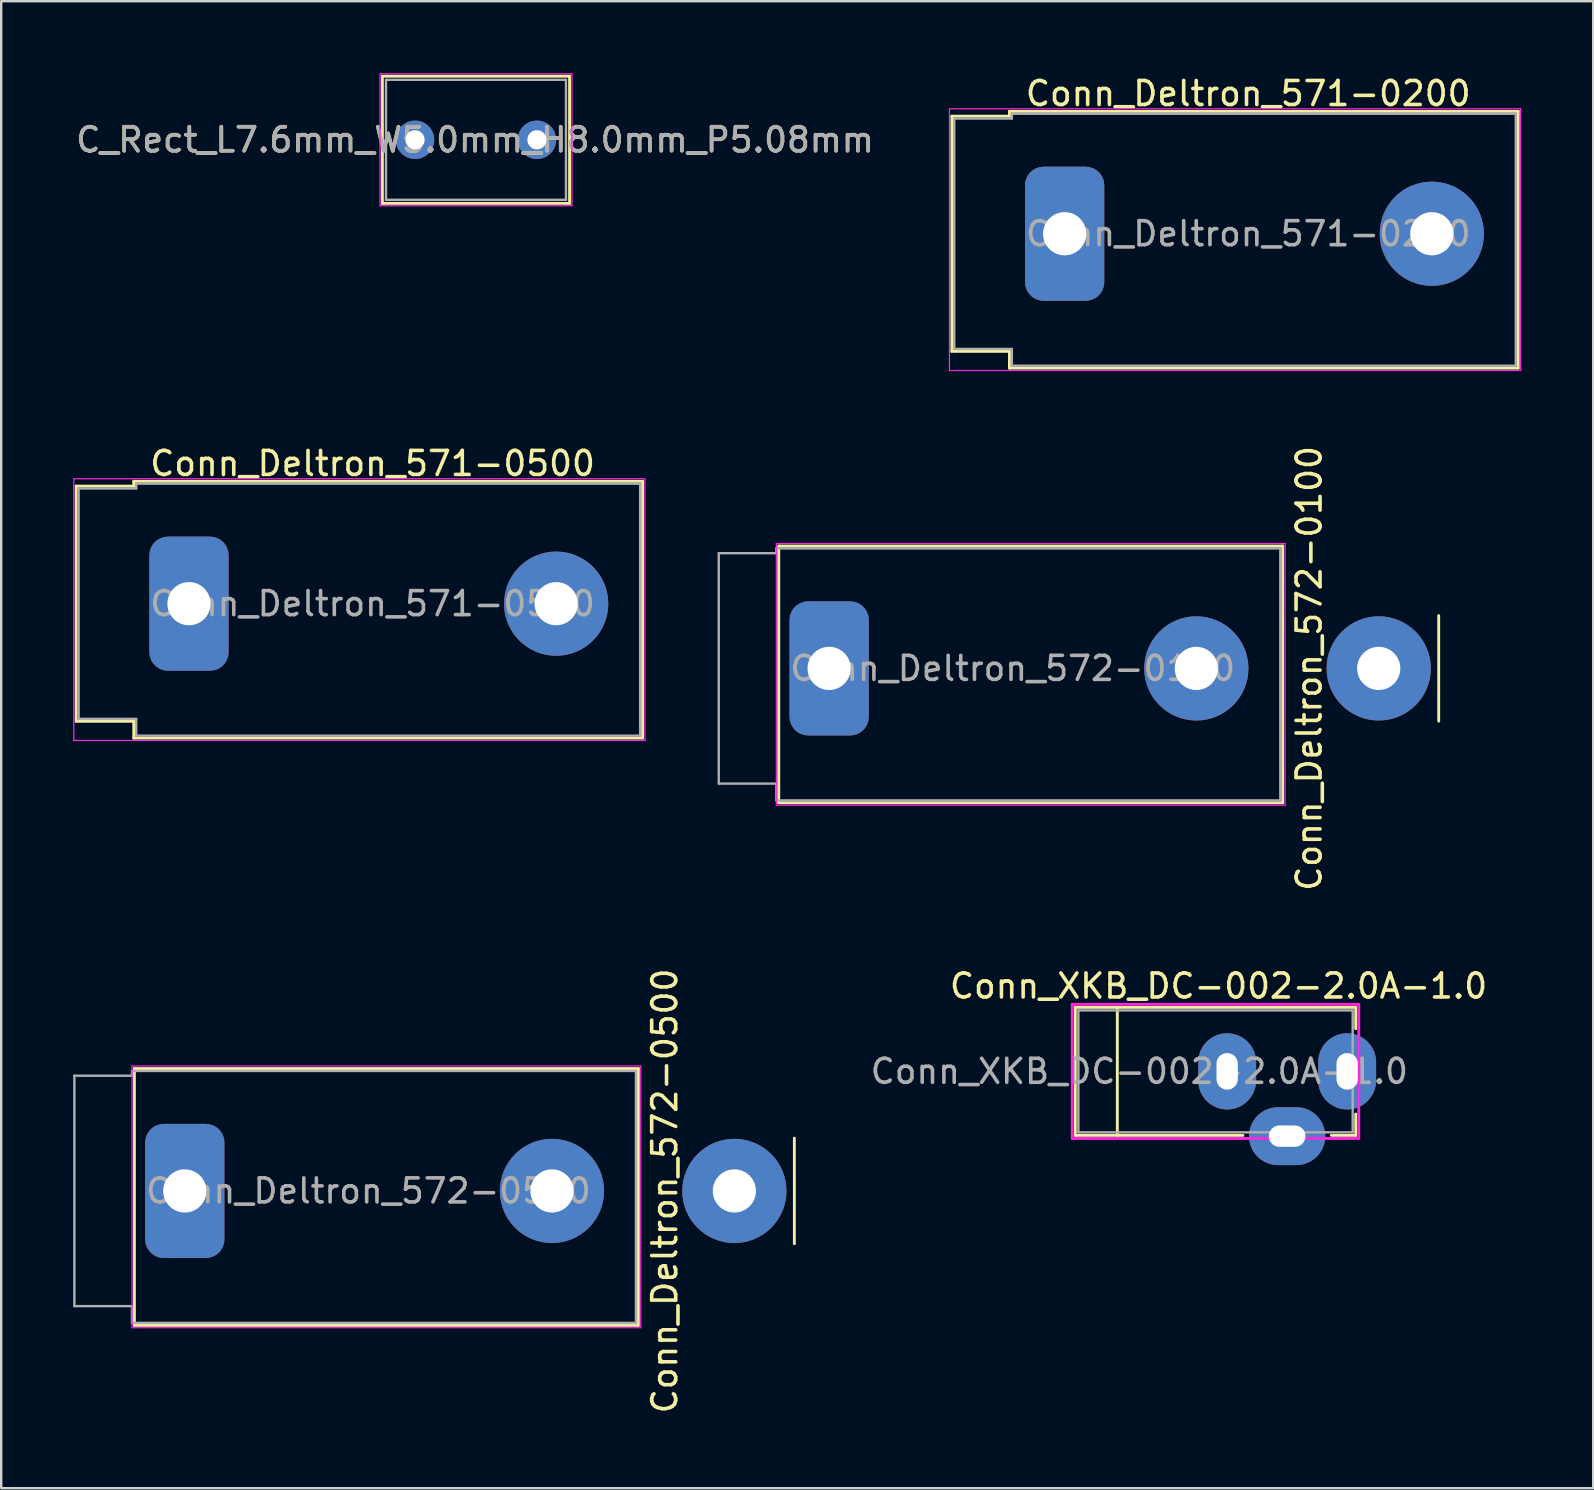
<source format=kicad_pcb>
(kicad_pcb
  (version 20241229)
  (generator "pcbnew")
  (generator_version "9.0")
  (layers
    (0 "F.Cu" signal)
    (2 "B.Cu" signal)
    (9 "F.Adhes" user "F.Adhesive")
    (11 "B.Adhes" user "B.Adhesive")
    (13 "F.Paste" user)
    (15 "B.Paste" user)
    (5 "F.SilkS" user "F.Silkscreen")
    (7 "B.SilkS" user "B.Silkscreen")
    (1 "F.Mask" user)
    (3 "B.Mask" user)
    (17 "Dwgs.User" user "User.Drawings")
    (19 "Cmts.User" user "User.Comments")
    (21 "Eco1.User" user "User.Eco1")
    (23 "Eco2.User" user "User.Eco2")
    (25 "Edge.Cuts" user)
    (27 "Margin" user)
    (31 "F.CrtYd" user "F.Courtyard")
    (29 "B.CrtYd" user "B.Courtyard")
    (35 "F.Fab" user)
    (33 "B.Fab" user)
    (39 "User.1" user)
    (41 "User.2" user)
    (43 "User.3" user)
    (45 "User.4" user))
  (footprint "Conn_Deltron_572-0500"
    (layer "F.Cu")
    (at 4.65 46.576)
    (property "Reference" "Conn_Deltron_572-0500" (at 20 0 270) (layer "F.SilkS") (effects (font (size 1 1) (thickness 0.15))))
    (attr through_hole)
    (fp_line (start -2.1 5.6) (end -2.1 -5.1) (stroke (width 0.12) (type solid)) (layer "F.SilkS"))
    (fp_line (start 18.9 -5.1) (end -2.1 -5.1) (stroke (width 0.12) (type solid)) (layer "F.SilkS"))
    (fp_line (start 18.9 -5.1) (end 18.9 5.6) (stroke (width 0.12) (type solid)) (layer "F.SilkS"))
    (fp_line (start 18.9 5.6) (end -2.1 5.6) (stroke (width 0.12) (type solid)) (layer "F.SilkS"))
    (fp_line (start 25.4 -2.2) (end 25.4 2.2) (stroke (width 0.12) (type solid)) (layer "F.SilkS"))
    (fp_line (start -2.2 -5.207) (end 19 -5.207) (stroke (width 0.05) (type solid)) (layer "F.CrtYd"))
    (fp_line (start -2.2 5.7) (end -2.2 -5.207) (stroke (width 0.05) (type solid)) (layer "F.CrtYd"))
    (fp_line (start 19 -5.207) (end 19 5.7) (stroke (width 0.05) (type solid)) (layer "F.CrtYd"))
    (fp_line (start 19 5.7) (end -2.2 5.7) (stroke (width 0.05) (type solid)) (layer "F.CrtYd"))
    (fp_line (start -4.6 4.8) (end -4.6 -4.8) (stroke (width 0.1) (type solid)) (layer "F.Fab"))
    (fp_line (start -2.2 -5) (end 18.8 -5) (stroke (width 0.1) (type solid)) (layer "F.Fab"))
    (fp_line (start -2.2 -4.8) (end -4.6 -4.8) (stroke (width 0.1) (type solid)) (layer "F.Fab"))
    (fp_line (start -2.2 -4.8) (end -2.2 -5) (stroke (width 0.1) (type solid)) (layer "F.Fab"))
    (fp_line (start -2.2 4.8) (end -4.6 4.8) (stroke (width 0.1) (type solid)) (layer "F.Fab"))
    (fp_line (start -2.2 5.5) (end -2.2 4.8) (stroke (width 0.1) (type solid)) (layer "F.Fab"))
    (fp_line (start 18.8 -5) (end 18.8 5.5) (stroke (width 0.1) (type solid)) (layer "F.Fab"))
    (fp_line (start 18.8 5.5) (end -2.2 5.5) (stroke (width 0.1) (type solid)) (layer "F.Fab"))
    (fp_text user "${REFERENCE}" (at 7.65 0 0) (layer "F.Fab") (effects (font (size 1 1) (thickness 0.15))))
    (pad "1" thru_hole roundrect (at 0 0) (size 3.302 5.588) (drill 1.8) (layers "*.Cu" "*.Mask") (roundrect_rratio 0.234))
    (pad "2" thru_hole circle (at 15.3 0) (size 4.343 4.343) (drill 1.8) (layers "*.Cu" "*.Mask"))
    (pad "3" thru_hole circle (at 22.9 0) (size 4.343 4.343) (drill 1.8) (layers "*.Cu" "*.Mask")))
  (footprint "C_Rect_L7.6mm_W5.0mm_H8.0mm_P5.08mm"
    (layer "F.Cu")
    (at 14.244 2.775)
    (property "Reference" "C_Rect_L7.6mm_W5.0mm_H8.0mm_P5.08mm" (at 2.5 0 0) (layer "F.SilkS") (effects (font (size 1 1) (thickness 0.15))))
    (attr through_hole)
    (fp_line (start -1.36 -2.65) (end -1.36 2.65) (stroke (width 0.12) (type solid)) (layer "F.SilkS"))
    (fp_line (start -1.36 -2.65) (end 6.44 -2.65) (stroke (width 0.12) (type solid)) (layer "F.SilkS"))
    (fp_line (start -1.36 2.65) (end 6.44 2.65) (stroke (width 0.12) (type solid)) (layer "F.SilkS"))
    (fp_line (start 6.44 -2.65) (end 6.44 2.65) (stroke (width 0.12) (type solid)) (layer "F.SilkS"))
    (fp_line (start -1.46 -2.75) (end -1.46 2.75) (stroke (width 0.05) (type solid)) (layer "F.CrtYd"))
    (fp_line (start -1.46 2.75) (end 6.54 2.75) (stroke (width 0.05) (type solid)) (layer "F.CrtYd"))
    (fp_line (start 6.54 -2.75) (end -1.46 -2.75) (stroke (width 0.05) (type solid)) (layer "F.CrtYd"))
    (fp_line (start 6.54 2.75) (end 6.54 -2.75) (stroke (width 0.05) (type solid)) (layer "F.CrtYd"))
    (fp_line (start -1.21 -2.5) (end -1.21 2.5) (stroke (width 0.1) (type solid)) (layer "F.Fab"))
    (fp_line (start -1.21 2.5) (end 6.29 2.5) (stroke (width 0.1) (type solid)) (layer "F.Fab"))
    (fp_line (start 6.29 -2.5) (end -1.21 -2.5) (stroke (width 0.1) (type solid)) (layer "F.Fab"))
    (fp_line (start 6.29 2.5) (end 6.29 -2.5) (stroke (width 0.1) (type solid)) (layer "F.Fab"))
    (fp_text user "${REFERENCE}" (at 2.5 0 0) (layer "F.Fab") (effects (font (size 1 1) (thickness 0.15))))
    (pad "1" thru_hole circle (at 0 0) (size 1.6 1.6) (drill 0.8) (layers "*.Cu" "*.Mask"))
    (pad "2" thru_hole circle (at 5.08 0) (size 1.6 1.6) (drill 0.8) (layers "*.Cu" "*.Mask")))
  (footprint "Conn_Deltron_571-0200"
    (layer "F.Cu")
    (at 41.313 6.69)
    (property "Reference" "Conn_Deltron_571-0200" (at 7.65 -5.842 0) (layer "F.SilkS") (effects (font (size 1 1) (thickness 0.15))))
    (attr through_hole)
    (fp_line (start -4.7 -4.9) (end -4.7 4.9) (stroke (width 0.12) (type solid)) (layer "F.SilkS"))
    (fp_line (start -4.7 -4.9) (end -2.3 -4.9) (stroke (width 0.12) (type solid)) (layer "F.SilkS"))
    (fp_line (start -4.7 4.9) (end -2.3 4.9) (stroke (width 0.12) (type solid)) (layer "F.SilkS"))
    (fp_line (start -2.3 -5.1) (end -2.3 -4.9) (stroke (width 0.12) (type solid)) (layer "F.SilkS"))
    (fp_line (start -2.3 5.6) (end -2.3 4.9) (stroke (width 0.12) (type solid)) (layer "F.SilkS"))
    (fp_line (start 18.9 -5.1) (end -2.3 -5.1) (stroke (width 0.12) (type solid)) (layer "F.SilkS"))
    (fp_line (start 18.9 -5.1) (end 18.9 5.6) (stroke (width 0.12) (type solid)) (layer "F.SilkS"))
    (fp_line (start 18.9 5.6) (end -2.3 5.6) (stroke (width 0.12) (type solid)) (layer "F.SilkS"))
    (fp_line (start -4.8 -5.207) (end 19 -5.207) (stroke (width 0.05) (type solid)) (layer "F.CrtYd"))
    (fp_line (start -4.8 5.7) (end -4.8 -5.207) (stroke (width 0.05) (type solid)) (layer "F.CrtYd"))
    (fp_line (start 19 -5.207) (end 19 5.7) (stroke (width 0.05) (type solid)) (layer "F.CrtYd"))
    (fp_line (start 19 5.7) (end -4.8 5.7) (stroke (width 0.05) (type solid)) (layer "F.CrtYd"))
    (fp_line (start -4.6 4.8) (end -4.6 -4.8) (stroke (width 0.1) (type solid)) (layer "F.Fab"))
    (fp_line (start -2.2 -5) (end 18.8 -5) (stroke (width 0.1) (type solid)) (layer "F.Fab"))
    (fp_line (start -2.2 -4.8) (end -4.6 -4.8) (stroke (width 0.1) (type solid)) (layer "F.Fab"))
    (fp_line (start -2.2 -4.8) (end -2.2 -5) (stroke (width 0.1) (type solid)) (layer "F.Fab"))
    (fp_line (start -2.2 4.8) (end -4.6 4.8) (stroke (width 0.1) (type solid)) (layer "F.Fab"))
    (fp_line (start -2.2 5.5) (end -2.2 4.8) (stroke (width 0.1) (type solid)) (layer "F.Fab"))
    (fp_line (start 18.8 -5) (end 18.8 5.5) (stroke (width 0.1) (type solid)) (layer "F.Fab"))
    (fp_line (start 18.8 5.5) (end -2.2 5.5) (stroke (width 0.1) (type solid)) (layer "F.Fab"))
    (fp_text user "${REFERENCE}" (at 7.65 0 0) (layer "F.Fab") (effects (font (size 1 1) (thickness 0.15))))
    (pad "1" thru_hole roundrect (at 0 0) (size 3.302 5.588) (drill 1.8) (layers "*.Cu" "*.Mask") (roundrect_rratio 0.234))
    (pad "2" thru_hole circle (at 15.3 0) (size 4.343 4.343) (drill 1.8) (layers "*.Cu" "*.Mask")))
  (footprint "Conn_Deltron_571-0500"
    (layer "F.Cu")
    (at 4.825 22.105)
    (property "Reference" "Conn_Deltron_571-0500" (at 7.65 -5.842 0) (layer "F.SilkS") (effects (font (size 1 1) (thickness 0.15))))
    (attr through_hole)
    (fp_line (start -4.7 -4.9) (end -4.7 4.9) (stroke (width 0.12) (type solid)) (layer "F.SilkS"))
    (fp_line (start -4.7 -4.9) (end -2.3 -4.9) (stroke (width 0.12) (type solid)) (layer "F.SilkS"))
    (fp_line (start -4.7 4.9) (end -2.3 4.9) (stroke (width 0.12) (type solid)) (layer "F.SilkS"))
    (fp_line (start -2.3 -5.1) (end -2.3 -4.9) (stroke (width 0.12) (type solid)) (layer "F.SilkS"))
    (fp_line (start -2.3 5.6) (end -2.3 4.9) (stroke (width 0.12) (type solid)) (layer "F.SilkS"))
    (fp_line (start 18.9 -5.1) (end -2.3 -5.1) (stroke (width 0.12) (type solid)) (layer "F.SilkS"))
    (fp_line (start 18.9 -5.1) (end 18.9 5.6) (stroke (width 0.12) (type solid)) (layer "F.SilkS"))
    (fp_line (start 18.9 5.6) (end -2.3 5.6) (stroke (width 0.12) (type solid)) (layer "F.SilkS"))
    (fp_line (start -4.8 -5.207) (end 19 -5.207) (stroke (width 0.05) (type solid)) (layer "F.CrtYd"))
    (fp_line (start -4.8 5.7) (end -4.8 -5.207) (stroke (width 0.05) (type solid)) (layer "F.CrtYd"))
    (fp_line (start 19 -5.207) (end 19 5.7) (stroke (width 0.05) (type solid)) (layer "F.CrtYd"))
    (fp_line (start 19 5.7) (end -4.8 5.7) (stroke (width 0.05) (type solid)) (layer "F.CrtYd"))
    (fp_line (start -4.6 4.8) (end -4.6 -4.8) (stroke (width 0.1) (type solid)) (layer "F.Fab"))
    (fp_line (start -2.2 -5) (end 18.8 -5) (stroke (width 0.1) (type solid)) (layer "F.Fab"))
    (fp_line (start -2.2 -4.8) (end -4.6 -4.8) (stroke (width 0.1) (type solid)) (layer "F.Fab"))
    (fp_line (start -2.2 -4.8) (end -2.2 -5) (stroke (width 0.1) (type solid)) (layer "F.Fab"))
    (fp_line (start -2.2 4.8) (end -4.6 4.8) (stroke (width 0.1) (type solid)) (layer "F.Fab"))
    (fp_line (start -2.2 5.5) (end -2.2 4.8) (stroke (width 0.1) (type solid)) (layer "F.Fab"))
    (fp_line (start 18.8 -5) (end 18.8 5.5) (stroke (width 0.1) (type solid)) (layer "F.Fab"))
    (fp_line (start 18.8 5.5) (end -2.2 5.5) (stroke (width 0.1) (type solid)) (layer "F.Fab"))
    (fp_text user "${REFERENCE}" (at 7.65 0 0) (layer "F.Fab") (effects (font (size 1 1) (thickness 0.15))))
    (pad "1" thru_hole roundrect (at 0 0) (size 3.302 5.588) (drill 1.8) (layers "*.Cu" "*.Mask") (roundrect_rratio 0.234))
    (pad "2" thru_hole circle (at 15.3 0) (size 4.343 4.343) (drill 1.8) (layers "*.Cu" "*.Mask")))
  (footprint "Conn_XKB_DC-002-2.0A-1.0"
    (layer "F.Cu")
    (at 41.885 41.593)
    (property "Reference" "Conn_XKB_DC-002-2.0A-1.0" (at 5.842 -3.556 0) (layer "F.SilkS") (effects (font (size 1 1) (thickness 0.15))))
    (attr through_hole)
    (fp_line (start -0.127 -2.667) (end 11.557 -2.667) (stroke (width 0.12) (type solid)) (layer "F.SilkS"))
    (fp_line (start -0.127 2.667) (end -0.127 -2.667) (stroke (width 0.12) (type solid)) (layer "F.SilkS"))
    (fp_line (start 1.623 2.667) (end 1.623 -2.667) (stroke (width 0.12) (type solid)) (layer "F.SilkS"))
    (fp_line (start 6.858 2.667) (end -0.127 2.667) (stroke (width 0.12) (type solid)) (layer "F.SilkS"))
    (fp_line (start 11.557 -2.667) (end 11.557 -1.778) (stroke (width 0.12) (type solid)) (layer "F.SilkS"))
    (fp_line (start 11.557 1.778) (end 11.557 2.667) (stroke (width 0.12) (type solid)) (layer "F.SilkS"))
    (fp_line (start 11.557 2.667) (end 10.541 2.667) (stroke (width 0.12) (type solid)) (layer "F.SilkS"))
    (fp_line (start -0.254 -2.794) (end -0.254 2.794) (stroke (width 0.12) (type solid)) (layer "F.CrtYd"))
    (fp_line (start -0.254 2.794) (end 11.684 2.794) (stroke (width 0.12) (type solid)) (layer "F.CrtYd"))
    (fp_line (start 11.684 -2.794) (end -0.254 -2.794) (stroke (width 0.12) (type solid)) (layer "F.CrtYd"))
    (fp_line (start 11.684 2.794) (end 11.684 -2.794) (stroke (width 0.12) (type solid)) (layer "F.CrtYd"))
    (fp_line (start 0 -2.54) (end 0 2.54) (stroke (width 0.1) (type solid)) (layer "F.Fab"))
    (fp_line (start 0 2.54) (end 11.43 2.54) (stroke (width 0.1) (type solid)) (layer "F.Fab"))
    (fp_line (start 11.43 -2.54) (end 0 -2.54) (stroke (width 0.1) (type solid)) (layer "F.Fab"))
    (fp_line (start 11.43 2.54) (end 11.43 -2.54) (stroke (width 0.1) (type solid)) (layer "F.Fab"))
    (fp_text user "${REFERENCE}" (at 2.54 0 0) (layer "F.Fab") (effects (font (size 1 1) (thickness 0.15))))
    (pad "1" thru_hole oval (at 11.2 0) (size 2.413 3.175) (drill oval 0.889 1.524) (layers "*.Cu" "*.Mask"))
    (pad "2" thru_hole oval (at 6.2 0) (size 2.413 3.175) (drill oval 0.889 1.524) (layers "*.Cu" "*.Mask"))
    (pad "3" thru_hole oval (at 8.7 2.7) (size 3.175 2.413) (drill oval 1.524 0.889) (layers "*.Cu" "*.Mask")))
  (footprint "Conn_Deltron_572-0100"
    (layer "F.Cu")
    (at 31.5 24.802)
    (property "Reference" "Conn_Deltron_572-0100" (at 20 0 270) (layer "F.SilkS") (effects (font (size 1 1) (thickness 0.15))))
    (attr through_hole)
    (fp_line (start -2.1 5.6) (end -2.1 -5.1) (stroke (width 0.12) (type solid)) (layer "F.SilkS"))
    (fp_line (start 18.9 -5.1) (end -2.1 -5.1) (stroke (width 0.12) (type solid)) (layer "F.SilkS"))
    (fp_line (start 18.9 -5.1) (end 18.9 5.6) (stroke (width 0.12) (type solid)) (layer "F.SilkS"))
    (fp_line (start 18.9 5.6) (end -2.1 5.6) (stroke (width 0.12) (type solid)) (layer "F.SilkS"))
    (fp_line (start 25.4 -2.2) (end 25.4 2.2) (stroke (width 0.12) (type solid)) (layer "F.SilkS"))
    (fp_line (start -2.2 -5.207) (end 19 -5.207) (stroke (width 0.05) (type solid)) (layer "F.CrtYd"))
    (fp_line (start -2.2 5.7) (end -2.2 -5.207) (stroke (width 0.05) (type solid)) (layer "F.CrtYd"))
    (fp_line (start 19 -5.207) (end 19 5.7) (stroke (width 0.05) (type solid)) (layer "F.CrtYd"))
    (fp_line (start 19 5.7) (end -2.2 5.7) (stroke (width 0.05) (type solid)) (layer "F.CrtYd"))
    (fp_line (start -4.6 4.8) (end -4.6 -4.8) (stroke (width 0.1) (type solid)) (layer "F.Fab"))
    (fp_line (start -2.2 -5) (end 18.8 -5) (stroke (width 0.1) (type solid)) (layer "F.Fab"))
    (fp_line (start -2.2 -4.8) (end -4.6 -4.8) (stroke (width 0.1) (type solid)) (layer "F.Fab"))
    (fp_line (start -2.2 -4.8) (end -2.2 -5) (stroke (width 0.1) (type solid)) (layer "F.Fab"))
    (fp_line (start -2.2 4.8) (end -4.6 4.8) (stroke (width 0.1) (type solid)) (layer "F.Fab"))
    (fp_line (start -2.2 5.5) (end -2.2 4.8) (stroke (width 0.1) (type solid)) (layer "F.Fab"))
    (fp_line (start 18.8 -5) (end 18.8 5.5) (stroke (width 0.1) (type solid)) (layer "F.Fab"))
    (fp_line (start 18.8 5.5) (end -2.2 5.5) (stroke (width 0.1) (type solid)) (layer "F.Fab"))
    (fp_text user "${REFERENCE}" (at 7.65 0 0) (layer "F.Fab") (effects (font (size 1 1) (thickness 0.15))))
    (pad "1" thru_hole roundrect (at 0 0) (size 3.302 5.588) (drill 1.8) (layers "*.Cu" "*.Mask") (roundrect_rratio 0.234))
    (pad "2" thru_hole circle (at 15.3 0) (size 4.343 4.343) (drill 1.8) (layers "*.Cu" "*.Mask"))
    (pad "3" thru_hole circle (at 22.9 0) (size 4.343 4.343) (drill 1.8) (layers "*.Cu" "*.Mask")))
  (gr_rect
    (start -3 -3)
    (end 63.338 58.963)
    (stroke (width 0.1) (type default))
    (fill no)
    (layer "Edge.Cuts")))
</source>
